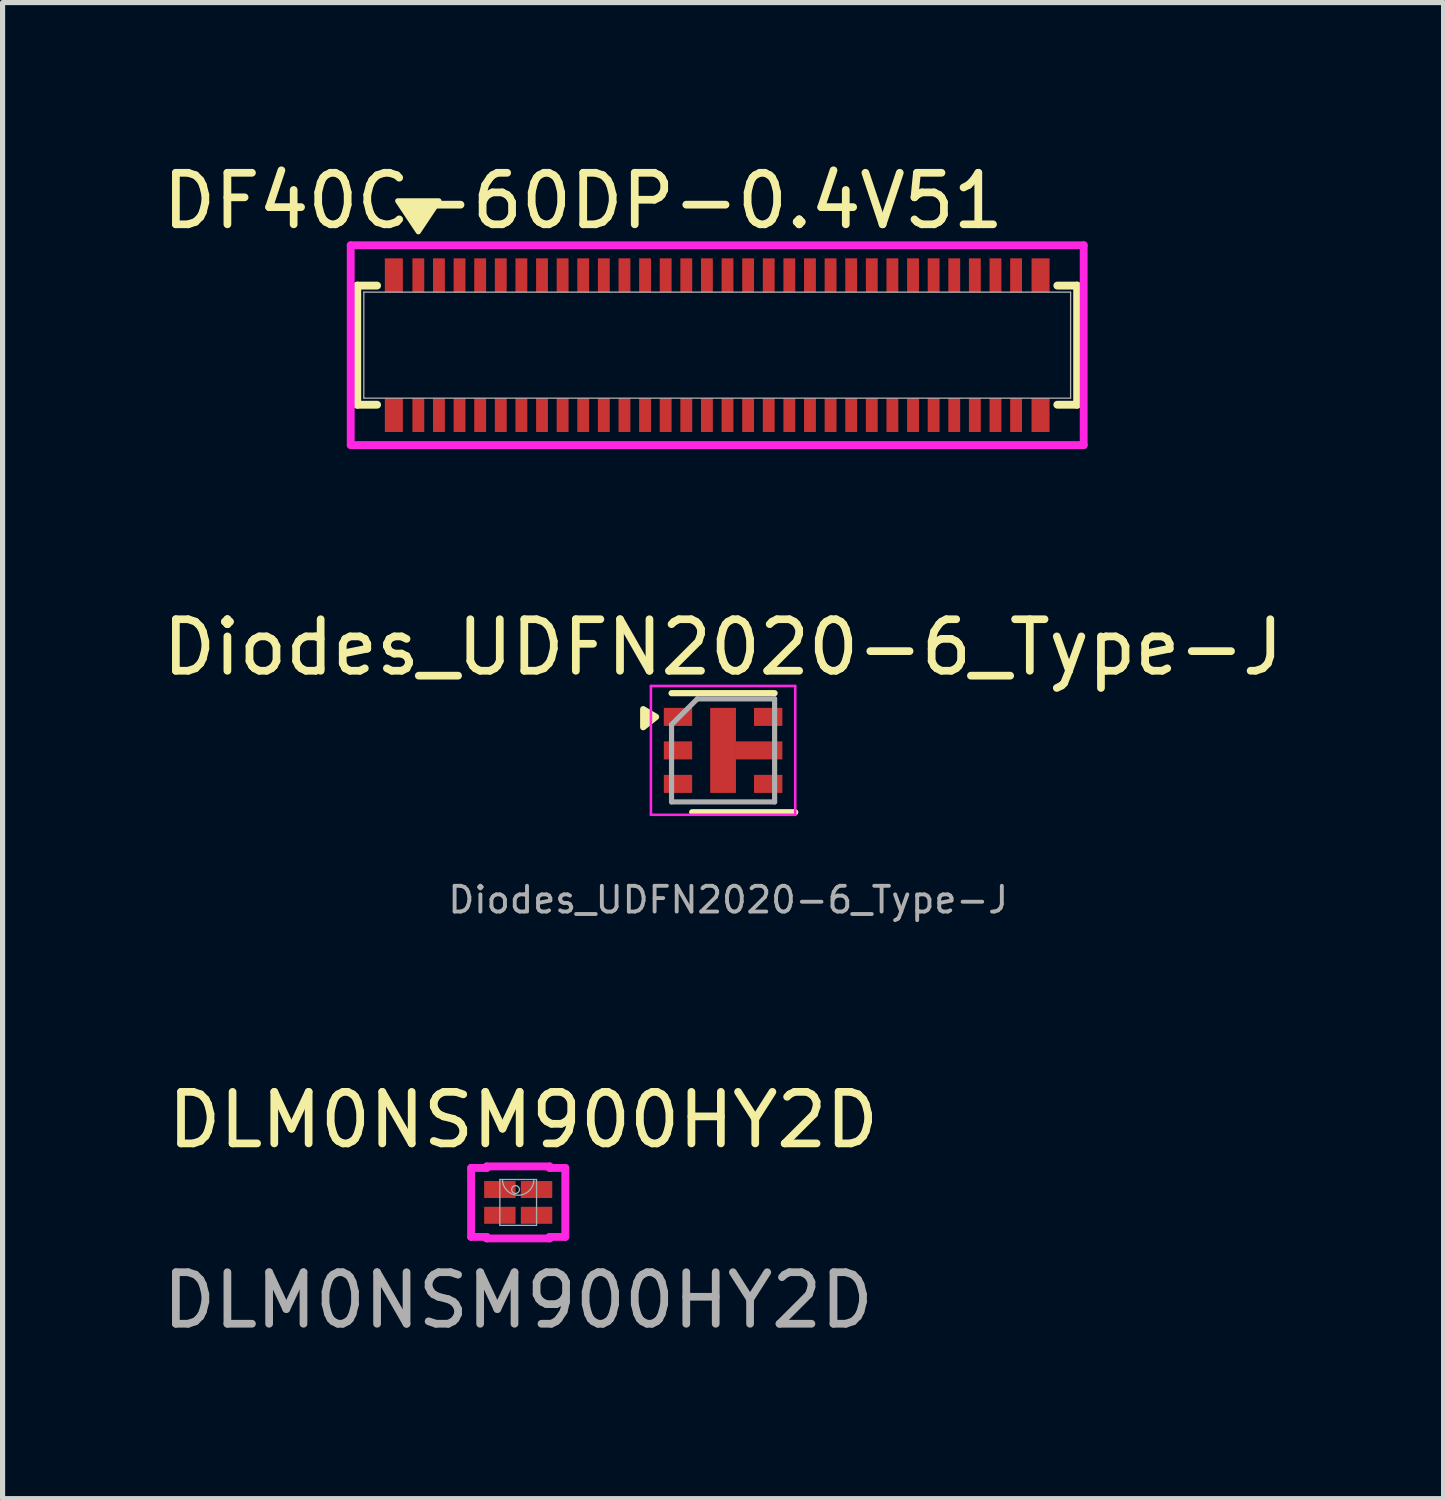
<source format=kicad_pcb>
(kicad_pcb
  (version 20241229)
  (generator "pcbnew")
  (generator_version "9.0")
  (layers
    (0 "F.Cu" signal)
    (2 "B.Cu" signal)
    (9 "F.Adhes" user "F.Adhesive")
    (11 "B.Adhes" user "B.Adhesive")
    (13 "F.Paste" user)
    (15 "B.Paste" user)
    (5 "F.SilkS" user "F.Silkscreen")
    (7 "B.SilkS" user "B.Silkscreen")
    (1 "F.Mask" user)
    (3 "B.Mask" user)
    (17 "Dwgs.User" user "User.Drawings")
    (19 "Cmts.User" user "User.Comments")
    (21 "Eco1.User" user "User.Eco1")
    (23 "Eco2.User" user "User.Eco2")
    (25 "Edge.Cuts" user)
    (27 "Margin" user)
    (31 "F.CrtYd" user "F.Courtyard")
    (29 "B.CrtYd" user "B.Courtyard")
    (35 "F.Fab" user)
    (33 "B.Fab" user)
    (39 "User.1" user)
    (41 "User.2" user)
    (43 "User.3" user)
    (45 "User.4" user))
  (footprint "DF40C-60DP-0.4V51"
    (layer "F.Cu")
    (at 10.868 3.648)
    (property "Reference" "DF40C-60DP-0.4V51" (at -2.6 -2.8 0) (unlocked yes) (layer "F.SilkS") (effects (font (size 1 1) (thickness 0.15))))
    (attr smd)
    (fp_line (start -6.985 -1.156) (end -6.985 1.156) (stroke (width 0.152) (type solid)) (layer "F.SilkS"))
    (fp_line (start -6.985 1.156) (end -6.6 1.156) (stroke (width 0.152) (type solid)) (layer "F.SilkS"))
    (fp_line (start -6.6 -1.156) (end -6.985 -1.156) (stroke (width 0.152) (type solid)) (layer "F.SilkS"))
    (fp_line (start 6.6 1.156) (end 6.985 1.156) (stroke (width 0.152) (type solid)) (layer "F.SilkS"))
    (fp_line (start 6.985 -1.156) (end 6.6 -1.156) (stroke (width 0.152) (type solid)) (layer "F.SilkS"))
    (fp_line (start 6.985 1.156) (end 6.985 -1.156) (stroke (width 0.152) (type solid)) (layer "F.SilkS"))
    (fp_poly (pts (xy -5.8 -2.2) (xy -6.2 -2.8) (xy -5.4 -2.8)) (stroke (width 0.1) (type solid)) (fill yes) (layer "F.SilkS"))
    (fp_line (start -7.112 -1.939) (end -7.112 1.939) (stroke (width 0.152) (type solid)) (layer "F.CrtYd"))
    (fp_line (start -7.112 1.939) (end 7.112 1.939) (stroke (width 0.152) (type solid)) (layer "F.CrtYd"))
    (fp_line (start 7.112 -1.939) (end -7.112 -1.939) (stroke (width 0.152) (type solid)) (layer "F.CrtYd"))
    (fp_line (start 7.112 1.939) (end 7.112 -1.939) (stroke (width 0.152) (type solid)) (layer "F.CrtYd"))
    (fp_line (start -6.858 -1.029) (end -6.858 1.029) (stroke (width 0.025) (type solid)) (layer "F.Fab"))
    (fp_line (start -6.858 1.029) (end 6.858 1.029) (stroke (width 0.025) (type solid)) (layer "F.Fab"))
    (fp_line (start 6.858 -1.029) (end -6.858 -1.029) (stroke (width 0.025) (type solid)) (layer "F.Fab"))
    (fp_line (start 6.858 1.029) (end 6.858 -1.029) (stroke (width 0.025) (type solid)) (layer "F.Fab"))
    (pad "" smd rect (at -6.275 -1.355) (size 0.35 0.66) (layers "F.Cu" "F.Mask" "F.Paste"))
    (pad "" smd rect (at -6.275 1.355) (size 0.35 0.66) (layers "F.Cu" "F.Mask" "F.Paste"))
    (pad "" smd rect (at 6.275 -1.355) (size 0.35 0.66) (layers "F.Cu" "F.Mask" "F.Paste"))
    (pad "" smd rect (at 6.275 1.355) (size 0.35 0.66) (layers "F.Cu" "F.Mask" "F.Paste"))
    (pad "1" smd rect (at -5.8 -1.355) (size 0.23 0.66) (layers "F.Cu" "F.Mask" "F.Paste"))
    (pad "2" smd rect (at -5.4 -1.355) (size 0.23 0.66) (layers "F.Cu" "F.Mask" "F.Paste"))
    (pad "3" smd rect (at -5 -1.355) (size 0.23 0.66) (layers "F.Cu" "F.Mask" "F.Paste"))
    (pad "4" smd rect (at -4.6 -1.355) (size 0.23 0.66) (layers "F.Cu" "F.Mask" "F.Paste"))
    (pad "5" smd rect (at -4.2 -1.355) (size 0.23 0.66) (layers "F.Cu" "F.Mask" "F.Paste"))
    (pad "6" smd rect (at -3.8 -1.355) (size 0.23 0.66) (layers "F.Cu" "F.Mask" "F.Paste"))
    (pad "7" smd rect (at -3.4 -1.355) (size 0.23 0.66) (layers "F.Cu" "F.Mask" "F.Paste"))
    (pad "8" smd rect (at -3 -1.355) (size 0.23 0.66) (layers "F.Cu" "F.Mask" "F.Paste"))
    (pad "9" smd rect (at -2.6 -1.355) (size 0.23 0.66) (layers "F.Cu" "F.Mask" "F.Paste"))
    (pad "10" smd rect (at -2.2 -1.355) (size 0.23 0.66) (layers "F.Cu" "F.Mask" "F.Paste"))
    (pad "11" smd rect (at -1.8 -1.355) (size 0.23 0.66) (layers "F.Cu" "F.Mask" "F.Paste"))
    (pad "12" smd rect (at -1.4 -1.355) (size 0.23 0.66) (layers "F.Cu" "F.Mask" "F.Paste"))
    (pad "13" smd rect (at -1 -1.355) (size 0.23 0.66) (layers "F.Cu" "F.Mask" "F.Paste"))
    (pad "14" smd rect (at -0.6 -1.355) (size 0.23 0.66) (layers "F.Cu" "F.Mask" "F.Paste"))
    (pad "15" smd rect (at -0.2 -1.355) (size 0.23 0.66) (layers "F.Cu" "F.Mask" "F.Paste"))
    (pad "16" smd rect (at 0.2 -1.355) (size 0.23 0.66) (layers "F.Cu" "F.Mask" "F.Paste"))
    (pad "17" smd rect (at 0.6 -1.355) (size 0.23 0.66) (layers "F.Cu" "F.Mask" "F.Paste"))
    (pad "18" smd rect (at 1 -1.355) (size 0.23 0.66) (layers "F.Cu" "F.Mask" "F.Paste"))
    (pad "19" smd rect (at 1.4 -1.355) (size 0.23 0.66) (layers "F.Cu" "F.Mask" "F.Paste"))
    (pad "20" smd rect (at 1.8 -1.355) (size 0.23 0.66) (layers "F.Cu" "F.Mask" "F.Paste"))
    (pad "21" smd rect (at 2.2 -1.355) (size 0.23 0.66) (layers "F.Cu" "F.Mask" "F.Paste"))
    (pad "22" smd rect (at 2.6 -1.355) (size 0.23 0.66) (layers "F.Cu" "F.Mask" "F.Paste"))
    (pad "23" smd rect (at 3 -1.355) (size 0.23 0.66) (layers "F.Cu" "F.Mask" "F.Paste"))
    (pad "24" smd rect (at 3.4 -1.355) (size 0.23 0.66) (layers "F.Cu" "F.Mask" "F.Paste"))
    (pad "25" smd rect (at 3.8 -1.355) (size 0.23 0.66) (layers "F.Cu" "F.Mask" "F.Paste"))
    (pad "26" smd rect (at 4.2 -1.355) (size 0.23 0.66) (layers "F.Cu" "F.Mask" "F.Paste"))
    (pad "27" smd rect (at 4.6 -1.355) (size 0.23 0.66) (layers "F.Cu" "F.Mask" "F.Paste"))
    (pad "28" smd rect (at 5 -1.355) (size 0.23 0.66) (layers "F.Cu" "F.Mask" "F.Paste"))
    (pad "29" smd rect (at 5.4 -1.355) (size 0.23 0.66) (layers "F.Cu" "F.Mask" "F.Paste"))
    (pad "30" smd rect (at 5.8 -1.355) (size 0.23 0.66) (layers "F.Cu" "F.Mask" "F.Paste"))
    (pad "31" smd rect (at -5.8 1.355) (size 0.23 0.66) (layers "F.Cu" "F.Mask" "F.Paste"))
    (pad "32" smd rect (at -5.4 1.355) (size 0.23 0.66) (layers "F.Cu" "F.Mask" "F.Paste"))
    (pad "33" smd rect (at -5 1.355) (size 0.23 0.66) (layers "F.Cu" "F.Mask" "F.Paste"))
    (pad "34" smd rect (at -4.6 1.355) (size 0.23 0.66) (layers "F.Cu" "F.Mask" "F.Paste"))
    (pad "35" smd rect (at -4.2 1.355) (size 0.23 0.66) (layers "F.Cu" "F.Mask" "F.Paste"))
    (pad "36" smd rect (at -3.8 1.355) (size 0.23 0.66) (layers "F.Cu" "F.Mask" "F.Paste"))
    (pad "37" smd rect (at -3.4 1.355) (size 0.23 0.66) (layers "F.Cu" "F.Mask" "F.Paste"))
    (pad "38" smd rect (at -3 1.355) (size 0.23 0.66) (layers "F.Cu" "F.Mask" "F.Paste"))
    (pad "39" smd rect (at -2.6 1.355) (size 0.23 0.66) (layers "F.Cu" "F.Mask" "F.Paste"))
    (pad "40" smd rect (at -2.2 1.355) (size 0.23 0.66) (layers "F.Cu" "F.Mask" "F.Paste"))
    (pad "41" smd rect (at -1.8 1.355) (size 0.23 0.66) (layers "F.Cu" "F.Mask" "F.Paste"))
    (pad "42" smd rect (at -1.4 1.355) (size 0.23 0.66) (layers "F.Cu" "F.Mask" "F.Paste"))
    (pad "43" smd rect (at -1 1.355) (size 0.23 0.66) (layers "F.Cu" "F.Mask" "F.Paste"))
    (pad "44" smd rect (at -0.6 1.355) (size 0.23 0.66) (layers "F.Cu" "F.Mask" "F.Paste"))
    (pad "45" smd rect (at -0.2 1.355) (size 0.23 0.66) (layers "F.Cu" "F.Mask" "F.Paste"))
    (pad "46" smd rect (at 0.2 1.355) (size 0.23 0.66) (layers "F.Cu" "F.Mask" "F.Paste"))
    (pad "47" smd rect (at 0.6 1.355) (size 0.23 0.66) (layers "F.Cu" "F.Mask" "F.Paste"))
    (pad "48" smd rect (at 1 1.355) (size 0.23 0.66) (layers "F.Cu" "F.Mask" "F.Paste"))
    (pad "49" smd rect (at 1.4 1.355) (size 0.23 0.66) (layers "F.Cu" "F.Mask" "F.Paste"))
    (pad "50" smd rect (at 1.8 1.355) (size 0.23 0.66) (layers "F.Cu" "F.Mask" "F.Paste"))
    (pad "51" smd rect (at 2.2 1.355) (size 0.23 0.66) (layers "F.Cu" "F.Mask" "F.Paste"))
    (pad "52" smd rect (at 2.6 1.355) (size 0.23 0.66) (layers "F.Cu" "F.Mask" "F.Paste"))
    (pad "53" smd rect (at 3 1.355) (size 0.23 0.66) (layers "F.Cu" "F.Mask" "F.Paste"))
    (pad "54" smd rect (at 3.4 1.355) (size 0.23 0.66) (layers "F.Cu" "F.Mask" "F.Paste"))
    (pad "55" smd rect (at 3.8 1.355) (size 0.23 0.66) (layers "F.Cu" "F.Mask" "F.Paste"))
    (pad "56" smd rect (at 4.2 1.355) (size 0.23 0.66) (layers "F.Cu" "F.Mask" "F.Paste"))
    (pad "57" smd rect (at 4.6 1.355) (size 0.23 0.66) (layers "F.Cu" "F.Mask" "F.Paste"))
    (pad "58" smd rect (at 5 1.355) (size 0.23 0.66) (layers "F.Cu" "F.Mask" "F.Paste"))
    (pad "59" smd rect (at 5.4 1.355) (size 0.23 0.66) (layers "F.Cu" "F.Mask" "F.Paste"))
    (pad "60" smd rect (at 5.8 1.355) (size 0.23 0.66) (layers "F.Cu" "F.Mask" "F.Paste")))
  (footprint "DLM0NSM900HY2D"
    (layer "F.Cu")
    (at 7.006 20.284)
    (property "Reference" "DLM0NSM900HY2D" (at 0.1 -1.6 0) (unlocked yes) (layer "F.SilkS") (effects (font (size 1 1) (thickness 0.15))))
    (attr smd)
    (fp_line (start -0.914 -0.669) (end -0.61 -0.669) (stroke (width 0.152) (type solid)) (layer "F.CrtYd"))
    (fp_line (start -0.914 0.669) (end -0.914 -0.669) (stroke (width 0.152) (type solid)) (layer "F.CrtYd"))
    (fp_line (start -0.914 0.669) (end -0.61 0.669) (stroke (width 0.152) (type solid)) (layer "F.CrtYd"))
    (fp_line (start -0.61 -0.699) (end 0.61 -0.699) (stroke (width 0.152) (type solid)) (layer "F.CrtYd"))
    (fp_line (start -0.61 -0.669) (end -0.61 -0.699) (stroke (width 0.152) (type solid)) (layer "F.CrtYd"))
    (fp_line (start -0.61 0.699) (end -0.61 0.669) (stroke (width 0.152) (type solid)) (layer "F.CrtYd"))
    (fp_line (start 0.61 -0.699) (end 0.61 -0.669) (stroke (width 0.152) (type solid)) (layer "F.CrtYd"))
    (fp_line (start 0.61 0.669) (end 0.61 0.699) (stroke (width 0.152) (type solid)) (layer "F.CrtYd"))
    (fp_line (start 0.61 0.699) (end -0.61 0.699) (stroke (width 0.152) (type solid)) (layer "F.CrtYd"))
    (fp_line (start 0.914 -0.669) (end 0.61 -0.669) (stroke (width 0.152) (type solid)) (layer "F.CrtYd"))
    (fp_line (start 0.914 -0.669) (end 0.914 0.669) (stroke (width 0.152) (type solid)) (layer "F.CrtYd"))
    (fp_line (start 0.914 0.669) (end 0.61 0.669) (stroke (width 0.152) (type solid)) (layer "F.CrtYd"))
    (fp_line (start -0.356 -0.445) (end -0.356 0.445) (stroke (width 0.025) (type solid)) (layer "F.Fab"))
    (fp_line (start -0.356 0.445) (end 0.356 0.445) (stroke (width 0.025) (type solid)) (layer "F.Fab"))
    (fp_line (start 0.356 -0.445) (end -0.356 -0.445) (stroke (width 0.025) (type solid)) (layer "F.Fab"))
    (fp_line (start 0.356 0.445) (end 0.356 -0.445) (stroke (width 0.025) (type solid)) (layer "F.Fab"))
    (fp_arc (start 0.3048 -0.4445) (mid 0 -0.1397) (end -0.3048 -0.4445) (stroke (width 0.0254) (type solid)) (layer "F.Fab"))
    (fp_circle (center -0.051 -0.25) (end 0.025 -0.25) (stroke (width 0.025) (type solid)) (fill no) (layer "F.Fab"))
    (fp_text user "${REFERENCE}" (at 0 1.9 0) (unlocked yes) (layer "F.Fab") (effects (font (size 1 1) (thickness 0.15))))
    (pad "1" smd rect (at -0.356 -0.25) (size 0.61 0.33) (layers "F.Cu" "F.Mask" "F.Paste"))
    (pad "2" smd rect (at 0.356 -0.25) (size 0.61 0.33) (layers "F.Cu" "F.Mask" "F.Paste"))
    (pad "3" smd rect (at 0.356 0.25) (size 0.61 0.33) (layers "F.Cu" "F.Mask" "F.Paste"))
    (pad "4" smd rect (at -0.356 0.25) (size 0.61 0.33) (layers "F.Cu" "F.Mask" "F.Paste")))
  (footprint "Diodes_UDFN2020-6_Type-J"
    (layer "F.Cu")
    (at 10.982 11.512)
    (property "Reference" "Diodes_UDFN2020-6_Type-J" (at 0 -2 0) (layer "F.SilkS") (effects (font (size 1 1) (thickness 0.15))))
    (attr smd)
    (fp_line (start 1 -1.11) (end -1 -1.11) (stroke (width 0.12) (type solid)) (layer "F.SilkS"))
    (fp_line (start 1.4 1.2) (end -0.6 1.2) (stroke (width 0.12) (type solid)) (layer "F.SilkS"))
    (fp_poly (pts (xy -1.3 -0.65) (xy -1.55 -0.45) (xy -1.55 -0.8)) (stroke (width 0.12) (type solid)) (fill yes) (layer "F.SilkS"))
    (fp_line (start -1.4 -1.25) (end -1.4 1.25) (stroke (width 0.05) (type solid)) (layer "F.CrtYd"))
    (fp_line (start -1.4 1.25) (end 1.4 1.25) (stroke (width 0.05) (type solid)) (layer "F.CrtYd"))
    (fp_line (start 1.4 -1.25) (end -1.4 -1.25) (stroke (width 0.05) (type solid)) (layer "F.CrtYd"))
    (fp_line (start 1.4 1.25) (end 1.4 -1.25) (stroke (width 0.05) (type solid)) (layer "F.CrtYd"))
    (fp_line (start -1 1) (end -1 -0.5) (stroke (width 0.1) (type solid)) (layer "F.Fab"))
    (fp_line (start -0.5 -1) (end -1 -0.5) (stroke (width 0.1) (type solid)) (layer "F.Fab"))
    (fp_line (start -0.5 -1) (end 1 -1) (stroke (width 0.1) (type solid)) (layer "F.Fab"))
    (fp_line (start 1 -1) (end 1 1) (stroke (width 0.1) (type solid)) (layer "F.Fab"))
    (fp_line (start 1 1) (end -1 1) (stroke (width 0.1) (type solid)) (layer "F.Fab"))
    (fp_text user "${REFERENCE}" (at 0.1 2.9 0) (layer "F.Fab") (effects (font (size 0.5 0.5) (thickness 0.075))))
    (pad "1" smd rect (at -0.875 -0.65) (size 0.55 0.35) (layers "F.Cu" "F.Mask" "F.Paste"))
    (pad "2" smd rect (at -0.875 0) (size 0.55 0.35) (layers "F.Cu" "F.Mask" "F.Paste"))
    (pad "3" smd rect (at -0.875 0.65) (size 0.55 0.35) (layers "F.Cu" "F.Mask" "F.Paste"))
    (pad "4" smd rect (at 0.875 0.65) (size 0.55 0.35) (layers "F.Cu" "F.Mask" "F.Paste"))
    (pad "5" smd rect (at 0 0) (size 0.5 1.65) (layers "F.Cu" "F.Mask" "F.Paste"))
    (pad "5" smd rect (at 0.7 0) (size 0.9 0.35) (layers "F.Cu" "F.Mask" "F.Paste"))
    (pad "6" smd rect (at 0.875 -0.65) (size 0.55 0.35) (layers "F.Cu" "F.Mask" "F.Paste")))
  (gr_rect
    (start -3 -3)
    (end 24.964 26.033)
    (stroke (width 0.1) (type default))
    (fill no)
    (layer "Edge.Cuts")))
</source>
